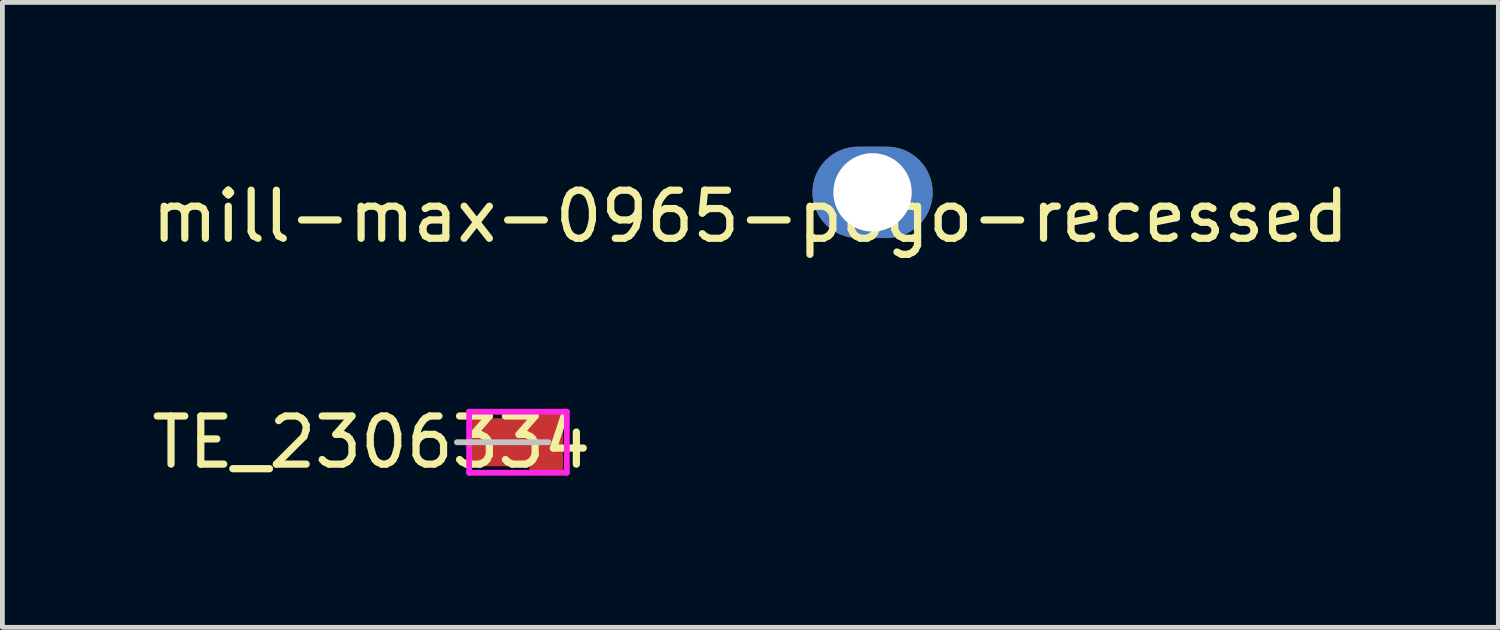
<source format=kicad_pcb>
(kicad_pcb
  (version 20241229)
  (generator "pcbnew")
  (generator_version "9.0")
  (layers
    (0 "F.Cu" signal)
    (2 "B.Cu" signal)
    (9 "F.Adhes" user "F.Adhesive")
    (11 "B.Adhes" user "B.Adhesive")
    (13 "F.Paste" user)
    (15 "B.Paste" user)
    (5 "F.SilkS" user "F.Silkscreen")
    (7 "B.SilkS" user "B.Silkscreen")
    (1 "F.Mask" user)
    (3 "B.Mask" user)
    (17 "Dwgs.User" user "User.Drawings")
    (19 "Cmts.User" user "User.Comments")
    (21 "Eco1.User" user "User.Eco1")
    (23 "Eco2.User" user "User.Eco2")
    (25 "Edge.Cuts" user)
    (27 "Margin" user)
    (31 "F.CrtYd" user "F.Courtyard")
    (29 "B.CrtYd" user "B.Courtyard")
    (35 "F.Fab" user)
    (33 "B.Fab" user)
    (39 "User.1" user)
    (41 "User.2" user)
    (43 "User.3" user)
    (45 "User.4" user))
  (footprint "mill-max-0965-pogo-recessed"
    (layer "F.Cu")
    (at 15.094 0.95)
    (property "Reference" "mill-max-0965-pogo-recessed" (at -2.54 0.5 0) (layer "F.SilkS") (effects (font (size 1 1) (thickness 0.15))))
    (attr through_hole)
    (pad "1" thru_hole oval (at 0 0) (size 2.5 1.9) (drill 1.63) (layers "*.Cu" "*.Mask")))
  (footprint "TE_2306334"
    (layer "F.Cu")
    (at 7.086 6.146)
    (property "Reference" "TE_2306334" (at -2.413 0 0) (layer "F.SilkS") (effects (font (size 1 1) (thickness 0.15))))
    (attr smd)
    (fp_line (start 1.27 0) (end -0.635 0) (stroke (width 0.12) (type solid)) (layer "Dwgs.User"))
    (fp_line (start -0.381 -0.635) (end -0.381 0.635) (stroke (width 0.12) (type solid)) (layer "F.CrtYd"))
    (fp_line (start -0.381 -0.635) (end 1.651 -0.635) (stroke (width 0.12) (type solid)) (layer "F.CrtYd"))
    (fp_line (start -0.381 0.635) (end 1.651 0.635) (stroke (width 0.12) (type solid)) (layer "F.CrtYd"))
    (fp_line (start 1.651 -0.635) (end 1.651 0.635) (stroke (width 0.12) (type solid)) (layer "F.CrtYd"))
    (pad "1" smd rect (at 0 0) (size 0.65 1) (layers "F.Cu" "F.Mask" "F.Paste"))
    (pad "1" smd rect (at 0.61 0) (size 0.6 1) (layers "F.Cu" "F.Mask" "F.Paste"))
    (pad "1" smd rect (at 1.22 0) (size 0.7 1.2) (layers "F.Cu" "F.Mask" "F.Paste")))
  (gr_rect
    (start -3 -3)
    (end 28.107 9.995)
    (stroke (width 0.1) (type default))
    (fill no)
    (layer "Edge.Cuts")))
</source>
